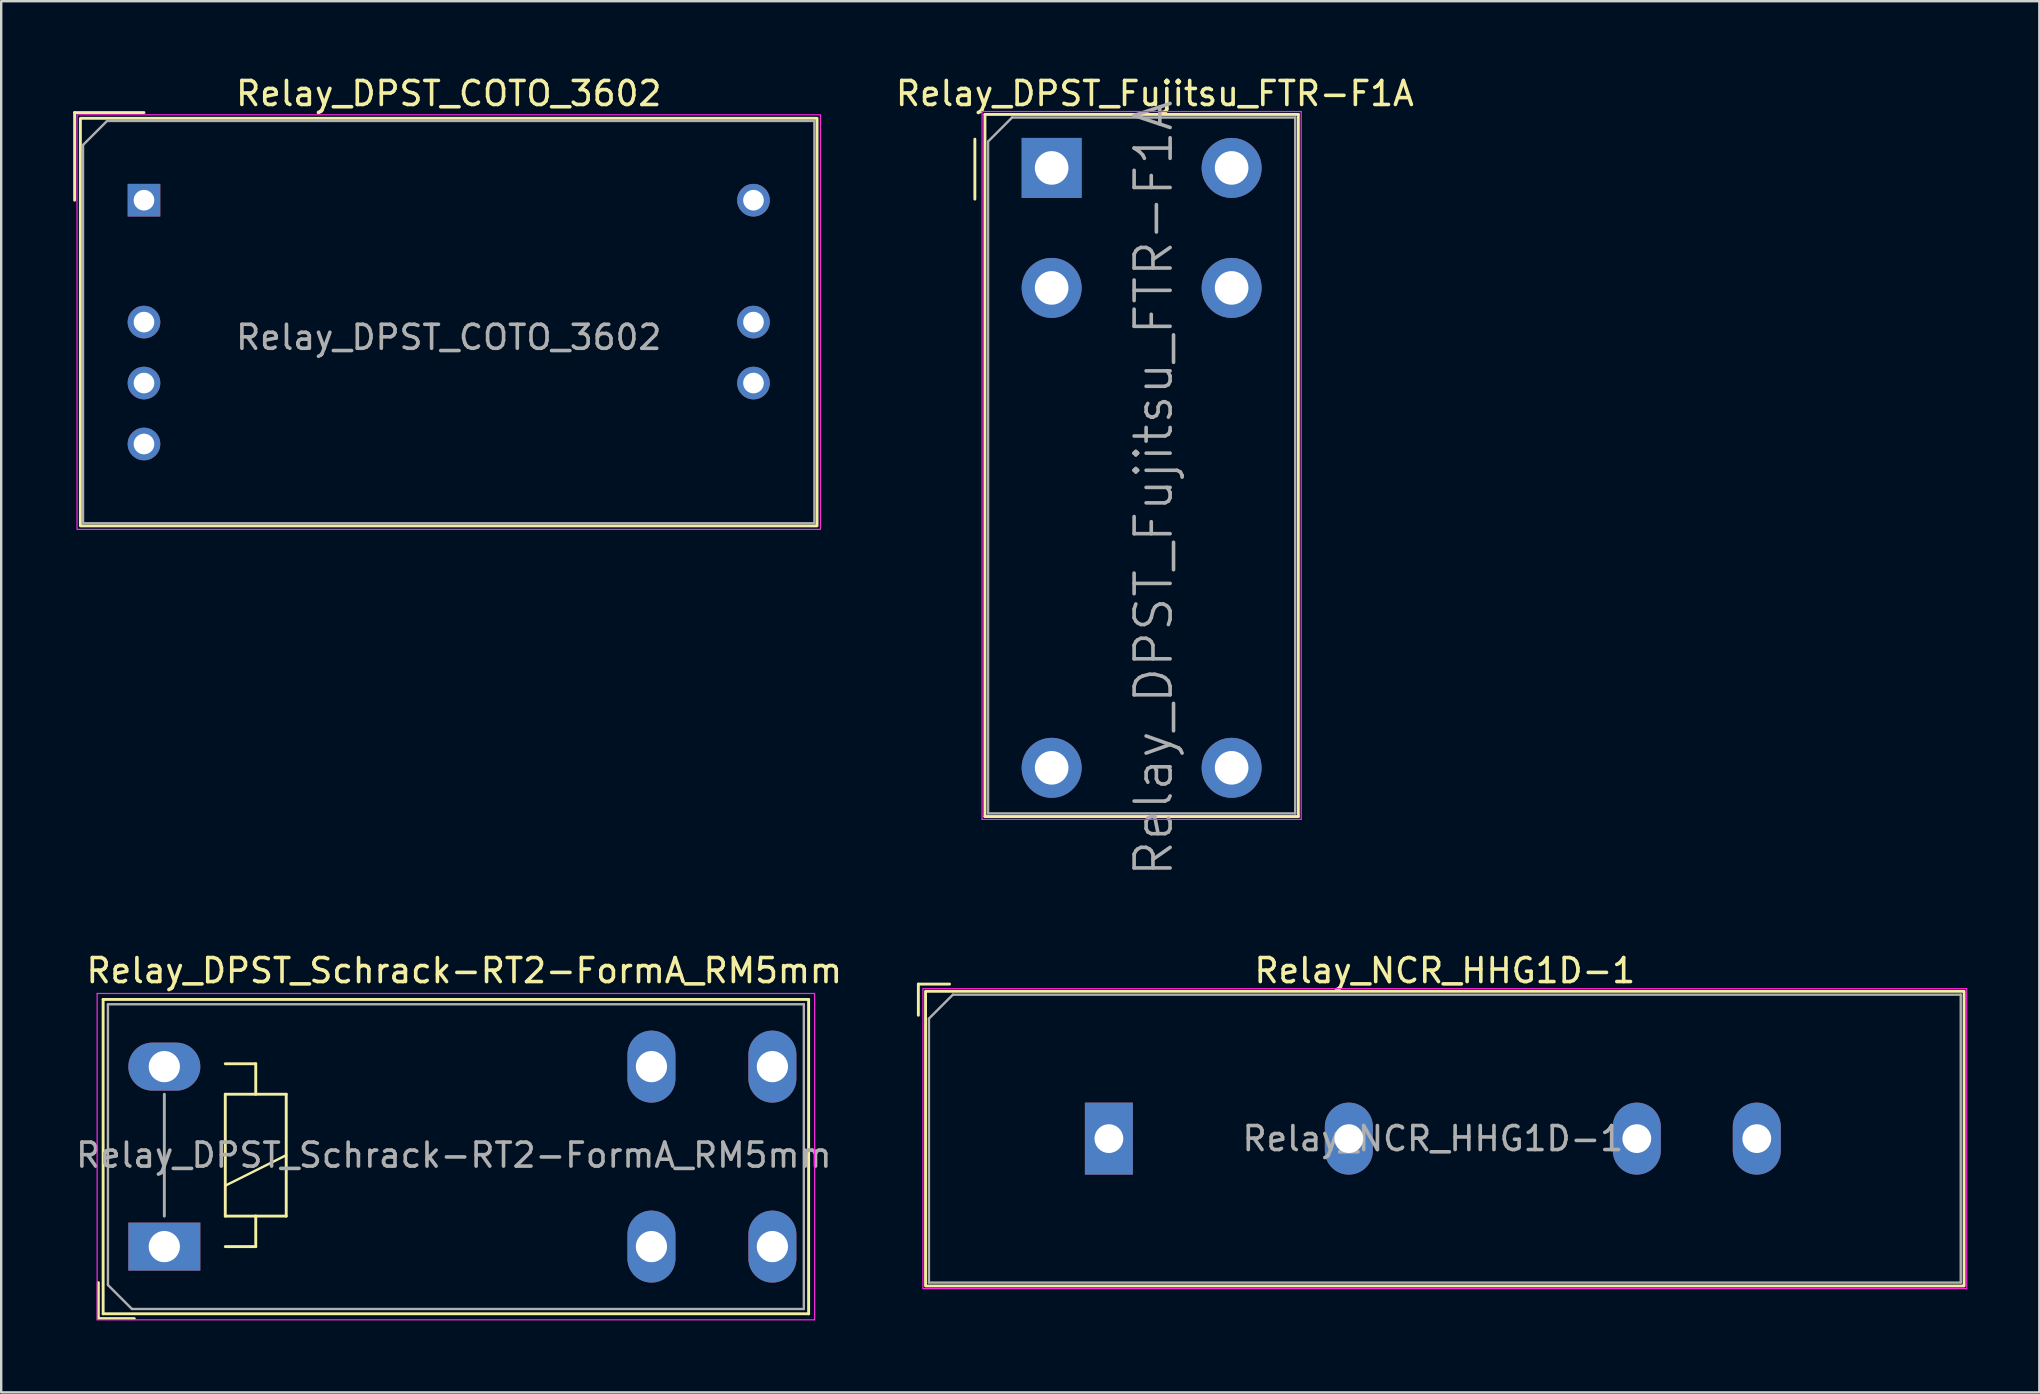
<source format=kicad_pcb>
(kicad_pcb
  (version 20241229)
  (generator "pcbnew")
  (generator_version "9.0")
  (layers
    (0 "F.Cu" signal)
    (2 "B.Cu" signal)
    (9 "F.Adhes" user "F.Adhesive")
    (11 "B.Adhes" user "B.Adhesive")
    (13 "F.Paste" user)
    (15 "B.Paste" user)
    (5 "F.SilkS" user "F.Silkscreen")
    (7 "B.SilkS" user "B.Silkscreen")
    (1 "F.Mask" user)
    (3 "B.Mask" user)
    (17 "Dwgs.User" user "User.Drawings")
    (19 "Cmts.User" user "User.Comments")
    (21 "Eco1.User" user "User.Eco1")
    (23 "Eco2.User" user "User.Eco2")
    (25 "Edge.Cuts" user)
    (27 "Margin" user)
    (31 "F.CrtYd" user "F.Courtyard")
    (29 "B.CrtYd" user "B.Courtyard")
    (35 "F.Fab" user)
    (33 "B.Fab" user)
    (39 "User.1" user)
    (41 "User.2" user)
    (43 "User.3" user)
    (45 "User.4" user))
  (footprint "Relay_DPST_COTO_3602"
    (layer "F.Cu")
    (at 2.95 5.293)
    (property "Reference" "Relay_DPST_COTO_3602" (at 12.7 -4.445 0) (unlocked yes) (layer "F.SilkS") (effects (font (size 1 1) (thickness 0.15))))
    (attr through_hole)
    (fp_line (start -2.89 -3.652) (end 0 -3.652) (stroke (width 0.12) (type default)) (layer "F.SilkS"))
    (fp_line (start -2.89 0) (end -2.89 -3.652) (stroke (width 0.12) (type default)) (layer "F.SilkS"))
    (fp_rect (start -2.65 13.572) (end 28.05 -3.412) (stroke (width 0.12) (type default)) (fill no) (layer "F.SilkS"))
    (fp_rect (start -2.79 -3.56) (end 28.19 13.72) (stroke (width 0.05) (type default)) (fill no) (layer "F.CrtYd"))
    (fp_line (start -2.54 -2.302) (end -2.54 13.462) (stroke (width 0.1) (type default)) (layer "F.Fab"))
    (fp_line (start -2.54 13.462) (end 27.94 13.462) (stroke (width 0.1) (type default)) (layer "F.Fab"))
    (fp_line (start -1.54 -3.302) (end -2.54 -2.302) (stroke (width 0.1) (type default)) (layer "F.Fab"))
    (fp_line (start 27.94 -3.302) (end -1.54 -3.302) (stroke (width 0.1) (type default)) (layer "F.Fab"))
    (fp_line (start 27.94 13.462) (end 27.94 -3.302) (stroke (width 0.1) (type default)) (layer "F.Fab"))
    (fp_text user "${REFERENCE}" (at 12.7 5.715 0) (unlocked yes) (layer "F.Fab") (effects (font (size 1 1) (thickness 0.15))))
    (pad "13" thru_hole circle (at 0 5.08 90) (size 1.36 1.36) (drill 0.86) (layers "*.Cu" "*.Mask"))
    (pad "14" thru_hole circle (at 25.4 5.08 90) (size 1.36 1.36) (drill 0.86) (layers "*.Cu" "*.Mask"))
    (pad "23" thru_hole circle (at 0 7.62 90) (size 1.36 1.36) (drill 0.86) (layers "*.Cu" "*.Mask"))
    (pad "24" thru_hole circle (at 25.4 7.62 90) (size 1.36 1.36) (drill 0.86) (layers "*.Cu" "*.Mask"))
    (pad "A1" thru_hole rect (at 0 0 90) (size 1.36 1.36) (drill 0.86) (layers "*.Cu" "*.Mask"))
    (pad "A2" thru_hole circle (at 25.4 0 90) (size 1.36 1.36) (drill 0.86) (layers "*.Cu" "*.Mask"))
    (pad "SH" thru_hole circle (at 0 10.16 90) (size 1.36 1.36) (drill 0.86) (layers "*.Cu" "*.Mask")))
  (footprint "Relay_DPST_Fujitsu_FTR-F1A"
    (layer "F.Cu")
    (at 40.776 3.948)
    (property "Reference" "Relay_DPST_Fujitsu_FTR-F1A" (at 4.3 -3.1 0) (layer "F.SilkS") (effects (font (size 1 1) (thickness 0.15))))
    (attr through_hole)
    (fp_line (start -3.2 -1.2) (end -3.2 1.3) (stroke (width 0.12) (type solid)) (layer "F.SilkS"))
    (fp_line (start -2.78 -2.23) (end 10.28 -2.23) (stroke (width 0.12) (type solid)) (layer "F.SilkS"))
    (fp_line (start -2.78 27.03) (end -2.78 -2.23) (stroke (width 0.12) (type solid)) (layer "F.SilkS"))
    (fp_line (start 10.28 -2.23) (end 10.28 27.03) (stroke (width 0.12) (type solid)) (layer "F.SilkS"))
    (fp_line (start 10.28 27.03) (end -2.78 27.03) (stroke (width 0.12) (type solid)) (layer "F.SilkS"))
    (fp_line (start -2.9 -2.35) (end 10.4 -2.35) (stroke (width 0.05) (type solid)) (layer "F.CrtYd"))
    (fp_line (start -2.9 27.15) (end -2.9 -2.35) (stroke (width 0.05) (type solid)) (layer "F.CrtYd"))
    (fp_line (start 10.4 -2.35) (end 10.4 27.15) (stroke (width 0.05) (type solid)) (layer "F.CrtYd"))
    (fp_line (start 10.4 27.15) (end -2.9 27.15) (stroke (width 0.05) (type solid)) (layer "F.CrtYd"))
    (fp_line (start -2.65 -1.1) (end -2.65 26.9) (stroke (width 0.1) (type solid)) (layer "F.Fab"))
    (fp_line (start -2.65 26.9) (end 10.15 26.9) (stroke (width 0.1) (type solid)) (layer "F.Fab"))
    (fp_line (start -1.65 -2.1) (end -2.65 -1.1) (stroke (width 0.1) (type solid)) (layer "F.Fab"))
    (fp_line (start -1.65 -2.1) (end 10.15 -2.1) (stroke (width 0.1) (type solid)) (layer "F.Fab"))
    (fp_line (start 10.15 -2.1) (end 10.15 26.9) (stroke (width 0.1) (type solid)) (layer "F.Fab"))
    (fp_text user "${REFERENCE}" (at 4.25 13.35 270) (layer "F.Fab") (effects (font (size 1.5 1.5) (thickness 0.15))))
    (pad "1" thru_hole rect (at 0 0 270) (size 2.5 2.5) (drill 1.4) (layers "*.Cu" "*.Mask"))
    (pad "2" thru_hole circle (at 0 5 270) (size 2.5 2.5) (drill 1.4) (layers "*.Cu" "*.Mask"))
    (pad "4" thru_hole circle (at 0 25 270) (size 2.5 2.5) (drill 1.4) (layers "*.Cu" "*.Mask"))
    (pad "5" thru_hole circle (at 7.5 25 270) (size 2.5 2.5) (drill 1.4) (layers "*.Cu" "*.Mask"))
    (pad "7" thru_hole circle (at 7.5 5 270) (size 2.5 2.5) (drill 1.4) (layers "*.Cu" "*.Mask"))
    (pad "8" thru_hole circle (at 7.5 0 270) (size 2.5 2.5) (drill 1.4) (layers "*.Cu" "*.Mask")))
  (footprint "Relay_NCR_HHG1D-1"
    (layer "F.Cu")
    (at 43.161 44.4)
    (property "Reference" "Relay_NCR_HHG1D-1" (at 14 -7 0) (layer "F.SilkS") (effects (font (size 1 1) (thickness 0.15))))
    (attr through_hole)
    (fp_line (start -7.94 -6.44) (end -7.94 -5.14) (stroke (width 0.12) (type default)) (layer "F.SilkS"))
    (fp_line (start -7.94 -6.44) (end -6.64 -6.44) (stroke (width 0.12) (type default)) (layer "F.SilkS"))
    (fp_rect (start -7.64 -6.14) (end 35.64 6.14) (stroke (width 0.12) (type default)) (fill no) (layer "F.SilkS"))
    (fp_rect (start -7.75 -6.25) (end 35.75 6.25) (stroke (width 0.05) (type default)) (fill no) (layer "F.CrtYd"))
    (fp_line (start -7.5 6) (end -7.5 -5) (stroke (width 0.1) (type default)) (layer "F.Fab"))
    (fp_line (start -6.5 -6) (end -7.5 -5) (stroke (width 0.1) (type solid)) (layer "F.Fab"))
    (fp_line (start 35.5 -6) (end -6.5 -6) (stroke (width 0.1) (type default)) (layer "F.Fab"))
    (fp_line (start 35.5 6) (end -7.5 6) (stroke (width 0.1) (type default)) (layer "F.Fab"))
    (fp_line (start 35.5 6) (end 35.5 -6) (stroke (width 0.1) (type default)) (layer "F.Fab"))
    (fp_text user "${REFERENCE}" (at 13.5 0 0) (layer "F.Fab") (effects (font (size 1 1) (thickness 0.15))))
    (pad "1" thru_hole rect (at 0 0) (size 2 3) (drill 1.2) (layers "*.Cu" "*.Mask"))
    (pad "2" thru_hole oval (at 10 0) (size 2 3) (drill 1.2) (layers "*.Cu" "*.Mask"))
    (pad "3" thru_hole oval (at 22 0) (size 2 3) (drill 1.2) (layers "*.Cu" "*.Mask"))
    (pad "4" thru_hole oval (at 27 0) (size 2 3) (drill 1.2) (layers "*.Cu" "*.Mask")))
  (footprint "Relay_DPST_Schrack-RT2-FormA_RM5mm"
    (layer "F.Cu")
    (at 3.798 48.9)
    (property "Reference" "Relay_DPST_Schrack-RT2-FormA_RM5mm" (at 12.5 -11.5 0) (layer "F.SilkS") (effects (font (size 1 1) (thickness 0.15))))
    (attr through_hole)
    (fp_line (start -2.75 1.5) (end -2.75 3) (stroke (width 0.12) (type solid)) (layer "F.SilkS"))
    (fp_line (start -2.75 3) (end -1.25 3) (stroke (width 0.12) (type solid)) (layer "F.SilkS"))
    (fp_line (start -2.55 -10.3) (end -2.55 2.8) (stroke (width 0.12) (type solid)) (layer "F.SilkS"))
    (fp_line (start -2.55 2.8) (end 26.85 2.8) (stroke (width 0.12) (type solid)) (layer "F.SilkS"))
    (fp_line (start 2.54 -6.35) (end 2.54 -1.27) (stroke (width 0.12) (type solid)) (layer "F.SilkS"))
    (fp_line (start 2.54 -2.54) (end 5.08 -3.81) (stroke (width 0.1) (type solid)) (layer "F.SilkS"))
    (fp_line (start 2.54 -1.27) (end 3.81 -1.27) (stroke (width 0.12) (type solid)) (layer "F.SilkS"))
    (fp_line (start 2.54 0) (end 3.81 0) (stroke (width 0.12) (type solid)) (layer "F.SilkS"))
    (fp_line (start 3.81 -7.62) (end 2.54 -7.62) (stroke (width 0.12) (type solid)) (layer "F.SilkS"))
    (fp_line (start 3.81 -6.35) (end 3.81 -7.62) (stroke (width 0.12) (type solid)) (layer "F.SilkS"))
    (fp_line (start 3.81 -1.27) (end 5.08 -1.27) (stroke (width 0.12) (type solid)) (layer "F.SilkS"))
    (fp_line (start 3.81 0) (end 3.81 -1.27) (stroke (width 0.12) (type solid)) (layer "F.SilkS"))
    (fp_line (start 5.08 -6.35) (end 2.54 -6.35) (stroke (width 0.12) (type solid)) (layer "F.SilkS"))
    (fp_line (start 5.08 -1.27) (end 5.08 -6.35) (stroke (width 0.12) (type solid)) (layer "F.SilkS"))
    (fp_line (start 26.85 -10.3) (end -2.55 -10.3) (stroke (width 0.12) (type solid)) (layer "F.SilkS"))
    (fp_line (start 26.85 2.8) (end 26.85 -10.3) (stroke (width 0.12) (type solid)) (layer "F.SilkS"))
    (fp_line (start -2.8 -10.55) (end -2.8 3.05) (stroke (width 0.05) (type solid)) (layer "F.CrtYd"))
    (fp_line (start -2.8 3.05) (end 27.1 3.05) (stroke (width 0.05) (type solid)) (layer "F.CrtYd"))
    (fp_line (start 27.1 -10.55) (end -2.8 -10.55) (stroke (width 0.05) (type solid)) (layer "F.CrtYd"))
    (fp_line (start 27.1 3.05) (end 27.1 -10.55) (stroke (width 0.05) (type solid)) (layer "F.CrtYd"))
    (fp_line (start -2.35 -10.1) (end -2.35 1.6) (stroke (width 0.1) (type solid)) (layer "F.Fab"))
    (fp_line (start -2.35 1.6) (end -1.35 2.6) (stroke (width 0.1) (type solid)) (layer "F.Fab"))
    (fp_line (start -1.35 2.6) (end 26.65 2.6) (stroke (width 0.1) (type solid)) (layer "F.Fab"))
    (fp_line (start 0 -1.27) (end 0 -6.35) (stroke (width 0.12) (type solid)) (layer "F.Fab"))
    (fp_line (start 26.65 -10.1) (end -2.35 -10.1) (stroke (width 0.1) (type solid)) (layer "F.Fab"))
    (fp_line (start 26.65 2.6) (end 26.65 -10.1) (stroke (width 0.1) (type solid)) (layer "F.Fab"))
    (fp_text user "${REFERENCE}" (at 12.065 -3.81 180) (layer "F.Fab") (effects (font (size 1 1) (thickness 0.15))))
    (pad "11" thru_hole oval (at 20.3 0 180) (size 2 3) (drill 1.3) (layers "*.Cu" "*.Mask"))
    (pad "14" thru_hole oval (at 25.34 0 180) (size 2 3) (drill 1.3) (layers "*.Cu" "*.Mask"))
    (pad "21" thru_hole oval (at 20.3 -7.5 180) (size 2 3) (drill 1.3) (layers "*.Cu" "*.Mask"))
    (pad "24" thru_hole oval (at 25.34 -7.5 180) (size 2 3) (drill 1.3) (layers "*.Cu" "*.Mask"))
    (pad "A1" thru_hole rect (at 0 0 180) (size 3 2) (drill 1.3) (layers "*.Cu" "*.Mask"))
    (pad "A2" thru_hole oval (at 0 -7.5 180) (size 3 2) (drill 1.3) (layers "*.Cu" "*.Mask")))
  (gr_rect
    (start -3 -3)
    (end 81.936 54.975)
    (stroke (width 0.1) (type default))
    (fill no)
    (layer "Edge.Cuts")))
</source>
